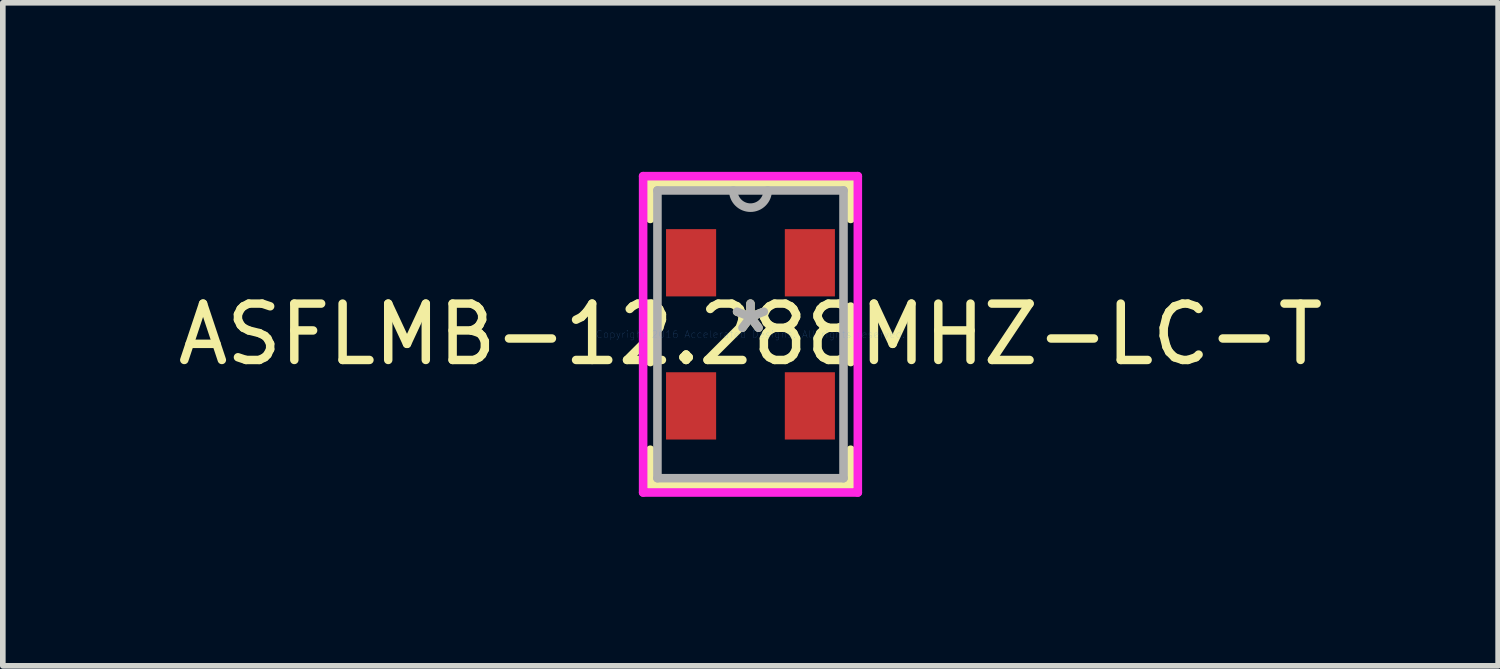
<source format=kicad_pcb>
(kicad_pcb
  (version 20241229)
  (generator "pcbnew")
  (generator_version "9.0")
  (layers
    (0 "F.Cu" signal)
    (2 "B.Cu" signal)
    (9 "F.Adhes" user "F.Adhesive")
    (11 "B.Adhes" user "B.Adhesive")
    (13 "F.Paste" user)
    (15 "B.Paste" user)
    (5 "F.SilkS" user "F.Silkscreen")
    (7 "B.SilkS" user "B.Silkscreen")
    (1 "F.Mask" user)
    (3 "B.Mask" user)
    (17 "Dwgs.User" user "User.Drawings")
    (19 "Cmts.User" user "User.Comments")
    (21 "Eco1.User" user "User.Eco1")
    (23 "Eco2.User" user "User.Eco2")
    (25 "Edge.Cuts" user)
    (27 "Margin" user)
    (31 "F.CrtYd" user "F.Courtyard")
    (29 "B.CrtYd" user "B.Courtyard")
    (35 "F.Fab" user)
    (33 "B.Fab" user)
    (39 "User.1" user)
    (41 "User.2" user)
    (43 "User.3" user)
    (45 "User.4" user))
  (footprint "ASFLMB-12.288MHZ-LC-T"
    (layer "F.Cu")
    (at 10.268 2.883)
    (property "Reference" "ASFLMB-12.288MHZ-LC-T" (at 0 0 0) (layer "F.SilkS") (effects (font (size 1 1) (thickness 0.15))))
    (attr through_hole)
    (fp_line (start -1.778 -2.68) (end -1.778 -2.048) (stroke (width 0.152) (type solid)) (layer "F.SilkS"))
    (fp_line (start -1.778 -0.492) (end -1.778 0.492) (stroke (width 0.152) (type solid)) (layer "F.SilkS"))
    (fp_line (start -1.778 2.048) (end -1.778 2.68) (stroke (width 0.152) (type solid)) (layer "F.SilkS"))
    (fp_line (start -1.778 2.68) (end 1.778 2.68) (stroke (width 0.152) (type solid)) (layer "F.SilkS"))
    (fp_line (start 1.778 -2.68) (end -1.778 -2.68) (stroke (width 0.152) (type solid)) (layer "F.SilkS"))
    (fp_line (start 1.778 -2.048) (end 1.778 -2.68) (stroke (width 0.152) (type solid)) (layer "F.SilkS"))
    (fp_line (start 1.778 0.492) (end 1.778 -0.492) (stroke (width 0.152) (type solid)) (layer "F.SilkS"))
    (fp_line (start 1.778 2.68) (end 1.778 2.048) (stroke (width 0.152) (type solid)) (layer "F.SilkS"))
    (fp_line (start -1.905 -2.807) (end 1.905 -2.807) (stroke (width 0.152) (type solid)) (layer "F.CrtYd"))
    (fp_line (start -1.905 2.807) (end -1.905 -2.807) (stroke (width 0.152) (type solid)) (layer "F.CrtYd"))
    (fp_line (start 1.905 -2.807) (end 1.905 2.807) (stroke (width 0.152) (type solid)) (layer "F.CrtYd"))
    (fp_line (start 1.905 2.807) (end -1.905 2.807) (stroke (width 0.152) (type solid)) (layer "F.CrtYd"))
    (fp_line (start -1.651 -2.553) (end -1.651 2.553) (stroke (width 0.152) (type solid)) (layer "F.Fab"))
    (fp_line (start -1.651 2.553) (end 1.651 2.553) (stroke (width 0.152) (type solid)) (layer "F.Fab"))
    (fp_line (start 1.651 -2.553) (end -1.651 -2.553) (stroke (width 0.152) (type solid)) (layer "F.Fab"))
    (fp_line (start 1.651 2.553) (end 1.651 -2.553) (stroke (width 0.152) (type solid)) (layer "F.Fab"))
    (fp_arc (start 0.3048 -2.5527) (mid 0 -2.2479) (end -0.3048 -2.5527) (stroke (width 0.1524) (type solid)) (layer "F.Fab"))
    (fp_text user "*" (at 0 0 0) (layer "F.SilkS") (effects (font (size 1 1) (thickness 0.15))))
    (fp_text user "Copyright 2016 Accelerated Designs. All rights reserved." (at 0 0 0) (layer "Cmts.User") (effects (font (size 0.127 0.127) (thickness 0.002))))
    (fp_text user "*" (at 0 0 0) (layer "F.Fab") (effects (font (size 1 1) (thickness 0.15))))
    (pad "1" smd rect (at -1.054 -1.27) (size 0.889 1.194) (layers "F.Cu" "F.Mask" "F.Paste"))
    (pad "2" smd rect (at -1.054 1.27) (size 0.889 1.194) (layers "F.Cu" "F.Mask" "F.Paste"))
    (pad "3" smd rect (at 1.054 1.27) (size 0.889 1.194) (layers "F.Cu" "F.Mask" "F.Paste"))
    (pad "4" smd rect (at 1.054 -1.27) (size 0.889 1.194) (layers "F.Cu" "F.Mask" "F.Paste")))
  (gr_rect
    (start -3 -3)
    (end 23.536 8.766)
    (stroke (width 0.1) (type default))
    (fill no)
    (layer "Edge.Cuts")))
</source>
